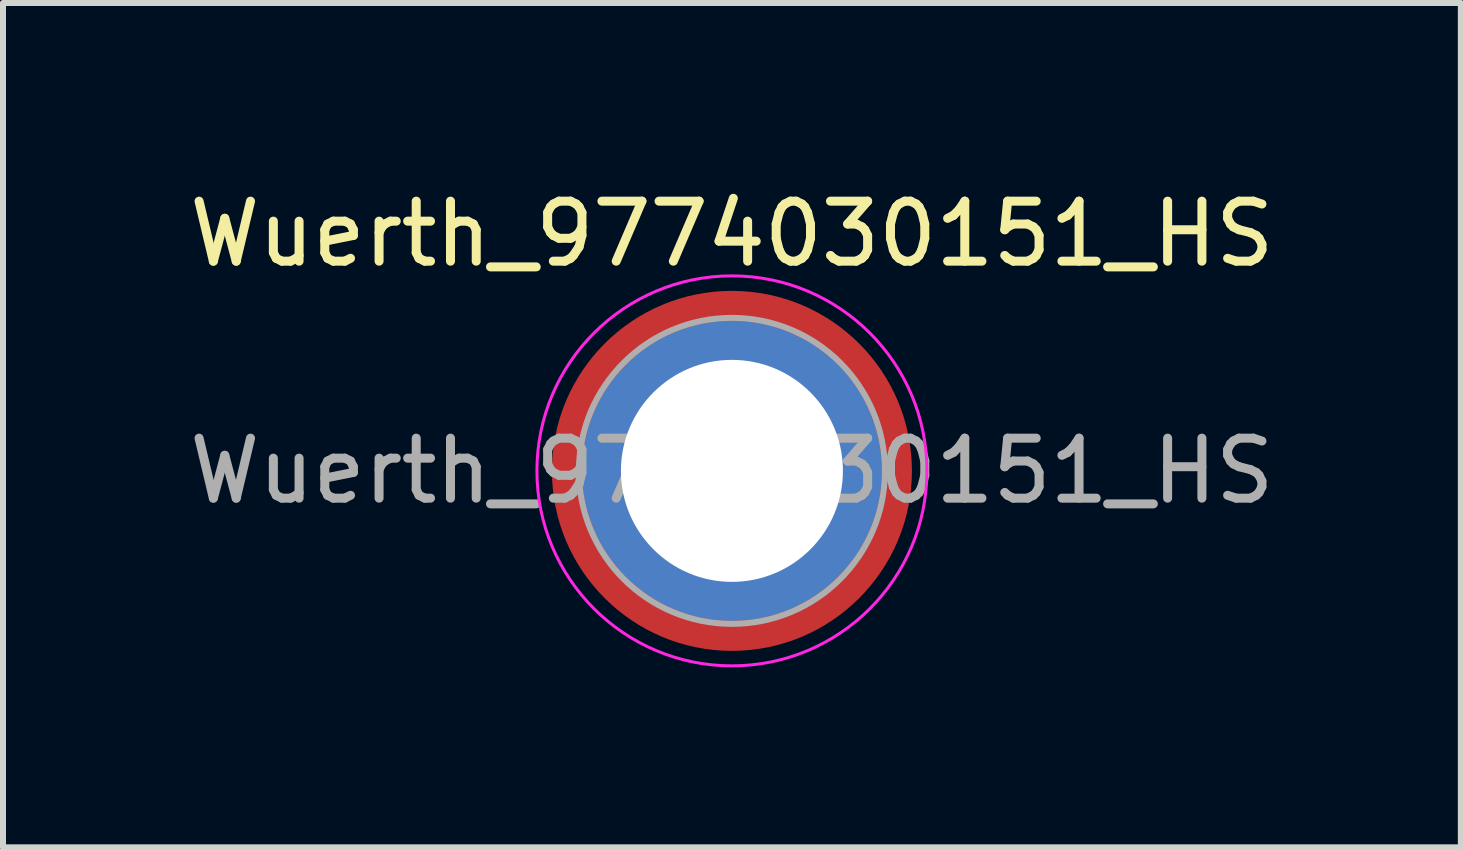
<source format=kicad_pcb>
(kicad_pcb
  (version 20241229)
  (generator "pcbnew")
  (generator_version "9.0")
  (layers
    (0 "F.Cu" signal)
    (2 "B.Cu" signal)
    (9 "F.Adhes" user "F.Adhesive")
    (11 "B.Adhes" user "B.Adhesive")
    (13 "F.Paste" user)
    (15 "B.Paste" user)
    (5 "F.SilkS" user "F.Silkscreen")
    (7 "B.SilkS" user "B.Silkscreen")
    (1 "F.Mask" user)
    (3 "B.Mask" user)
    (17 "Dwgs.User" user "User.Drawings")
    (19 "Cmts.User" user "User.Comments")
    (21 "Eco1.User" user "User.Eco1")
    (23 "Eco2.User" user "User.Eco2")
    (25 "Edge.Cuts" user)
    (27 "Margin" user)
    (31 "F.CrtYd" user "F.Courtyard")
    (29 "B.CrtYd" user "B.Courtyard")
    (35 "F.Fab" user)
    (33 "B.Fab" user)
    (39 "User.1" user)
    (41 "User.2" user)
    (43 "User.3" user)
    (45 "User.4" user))
  (footprint "Wuerth_9774030151_HS"
    (layer "F.Cu")
    (at 9.149 4.798)
    (property "Reference" "Wuerth_9774030151_HS" (at 0 -3.95 0) (layer "F.SilkS") (effects (font (size 1 1) (thickness 0.15))))
    (attr smd allow_soldermask_bridges)
    (fp_circle (center 0 0) (end 3.25 0) (stroke (width 0.05) (type solid)) (fill no) (layer "F.CrtYd"))
    (fp_circle (center 0 0) (end 2.55 0) (stroke (width 0.1) (type solid)) (fill no) (layer "F.Fab"))
    (fp_text user "${REFERENCE}" (at 0 0 0) (layer "F.Fab") (effects (font (size 1 1) (thickness 0.15))))
    (pad "1" thru_hole circle (at 0 0) (size 5 5) (drill 3.7) (layers "*.Cu" "*.Mask"))
    (pad "1" smd circle (at 0 0) (size 6 6) (layers "F.Cu" "F.Mask")))
  (gr_rect
    (start -3 -3)
    (end 21.298 11.073)
    (stroke (width 0.1) (type default))
    (fill no)
    (layer "Edge.Cuts")))
</source>
